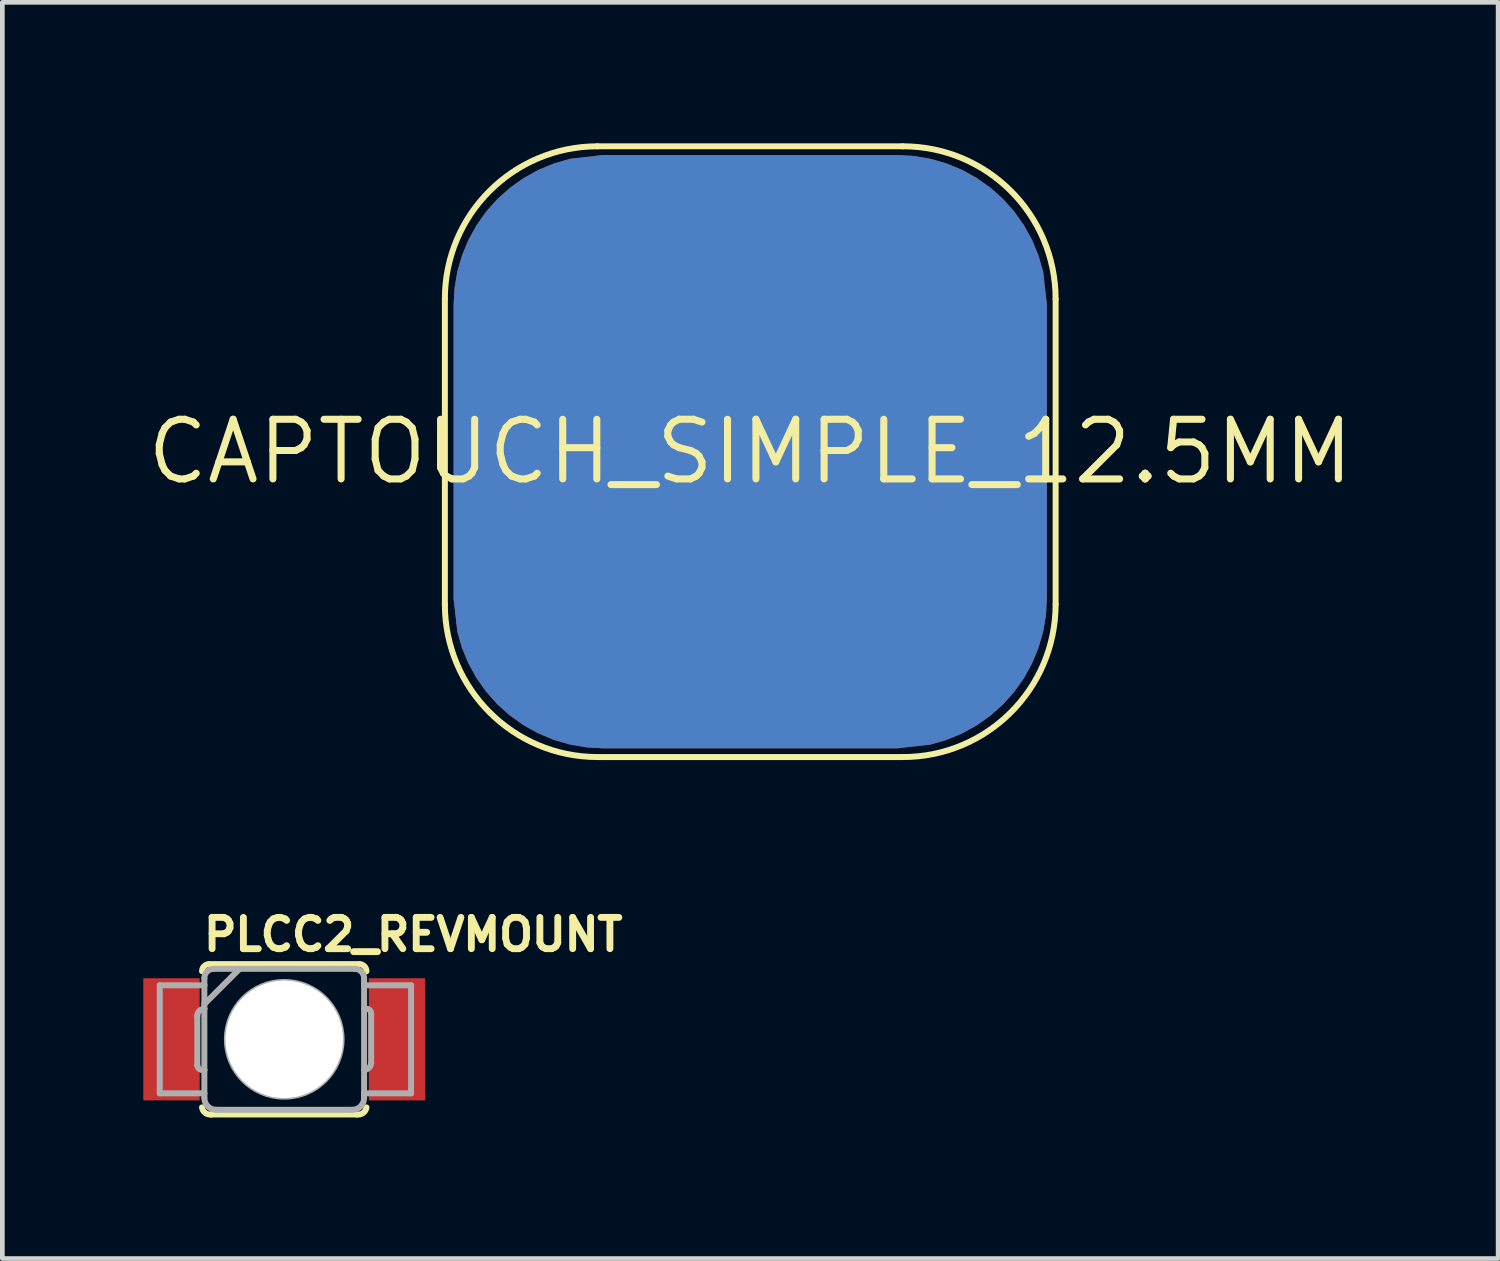
<source format=kicad_pcb>
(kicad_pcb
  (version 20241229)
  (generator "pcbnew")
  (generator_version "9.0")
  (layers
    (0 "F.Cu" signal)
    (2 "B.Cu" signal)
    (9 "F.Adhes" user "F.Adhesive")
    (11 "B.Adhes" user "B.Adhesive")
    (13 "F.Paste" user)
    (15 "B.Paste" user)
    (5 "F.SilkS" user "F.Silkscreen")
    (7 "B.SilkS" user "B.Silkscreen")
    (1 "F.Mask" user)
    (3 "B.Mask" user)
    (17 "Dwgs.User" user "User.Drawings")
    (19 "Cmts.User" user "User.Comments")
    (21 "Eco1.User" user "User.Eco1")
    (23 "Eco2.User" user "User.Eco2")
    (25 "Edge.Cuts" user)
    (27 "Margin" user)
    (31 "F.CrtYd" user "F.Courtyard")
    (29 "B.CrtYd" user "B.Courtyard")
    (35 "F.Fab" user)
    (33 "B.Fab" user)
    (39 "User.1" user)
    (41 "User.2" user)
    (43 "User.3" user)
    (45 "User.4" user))
  (footprint "PLCC2_REVMOUNT"
    (layer "F.Cu")
    (at 3 19.072)
    (property "Reference" "PLCC2_REVMOUNT" (at -1.79 -1.84 0) (layer "F.SilkS") (effects (font (size 0.666 0.666) (thickness 0.146)) (justify left bottom)))
    (fp_line (start -1.6 -1.6) (end 1.6 -1.6) (stroke (width 0.127) (type solid)) (layer "F.SilkS"))
    (fp_line (start -1.55 1.6) (end 1.55 1.6) (stroke (width 0.127) (type solid)) (layer "F.SilkS"))
    (fp_arc (start -1.75 -1.45) (mid -1.706066 -1.556066) (end -1.6 -1.6) (stroke (width 0.127) (type solid)) (layer "F.SilkS"))
    (fp_arc (start -1.55 1.6) (mid -1.681066 1.566421) (end -1.75 1.45) (stroke (width 0.127) (type solid)) (layer "F.SilkS"))
    (fp_arc (start 1.6 -1.6) (mid 1.706066 -1.556066) (end 1.75 -1.45) (stroke (width 0.127) (type solid)) (layer "F.SilkS"))
    (fp_arc (start 1.75 1.45) (mid 1.681066 1.566421) (end 1.55 1.6) (stroke (width 0.127) (type solid)) (layer "F.SilkS"))
    (fp_line (start -2.65 -1.15) (end -1.7 -1.15) (stroke (width 0.127) (type solid)) (layer "F.Fab"))
    (fp_line (start -2.65 1.15) (end -2.65 -1.15) (stroke (width 0.127) (type solid)) (layer "F.Fab"))
    (fp_line (start -1.85 0.55) (end -1.85 -0.5) (stroke (width 0.127) (type solid)) (layer "F.Fab"))
    (fp_line (start -1.7 -1.15) (end -1.7 -1.3) (stroke (width 0.127) (type solid)) (layer "F.Fab"))
    (fp_line (start -1.7 -1.15) (end -1.7 -0.75) (stroke (width 0.127) (type solid)) (layer "F.Fab"))
    (fp_line (start -1.7 -0.75) (end -1.7 -0.65) (stroke (width 0.127) (type solid)) (layer "F.Fab"))
    (fp_line (start -1.7 -0.75) (end -0.95 -1.5) (stroke (width 0.127) (type solid)) (layer "F.Fab"))
    (fp_line (start -1.7 -0.65) (end -1.7 0.65) (stroke (width 0.127) (type solid)) (layer "F.Fab"))
    (fp_line (start -1.7 0.65) (end -1.75 0.65) (stroke (width 0.127) (type solid)) (layer "F.Fab"))
    (fp_line (start -1.7 0.65) (end -1.7 1.15) (stroke (width 0.127) (type solid)) (layer "F.Fab"))
    (fp_line (start -1.7 1.15) (end -2.65 1.15) (stroke (width 0.127) (type solid)) (layer "F.Fab"))
    (fp_line (start -1.7 1.25) (end -1.7 1.15) (stroke (width 0.127) (type solid)) (layer "F.Fab"))
    (fp_line (start -1.5 -1.5) (end -0.95 -1.5) (stroke (width 0.127) (type solid)) (layer "F.Fab"))
    (fp_line (start -0.95 -1.5) (end 1.5 -1.5) (stroke (width 0.127) (type solid)) (layer "F.Fab"))
    (fp_line (start 1.45 1.5) (end -1.45 1.5) (stroke (width 0.127) (type solid)) (layer "F.Fab"))
    (fp_line (start 1.7 -1.3) (end 1.7 -1.2) (stroke (width 0.127) (type solid)) (layer "F.Fab"))
    (fp_line (start 1.7 -1.2) (end 1.7 -1.15) (stroke (width 0.127) (type solid)) (layer "F.Fab"))
    (fp_line (start 1.7 -1.15) (end 2.7 -1.15) (stroke (width 0.127) (type solid)) (layer "F.Fab"))
    (fp_line (start 1.7 -0.65) (end 1.7 -1.2) (stroke (width 0.127) (type solid)) (layer "F.Fab"))
    (fp_line (start 1.7 -0.65) (end 1.75 -0.65) (stroke (width 0.127) (type solid)) (layer "F.Fab"))
    (fp_line (start 1.7 0.65) (end 1.7 -0.65) (stroke (width 0.127) (type solid)) (layer "F.Fab"))
    (fp_line (start 1.7 1.15) (end 1.7 1.2) (stroke (width 0.127) (type solid)) (layer "F.Fab"))
    (fp_line (start 1.7 1.2) (end 1.7 0.65) (stroke (width 0.127) (type solid)) (layer "F.Fab"))
    (fp_line (start 1.7 1.2) (end 1.7 1.25) (stroke (width 0.127) (type solid)) (layer "F.Fab"))
    (fp_line (start 1.85 -0.55) (end 1.85 0.5) (stroke (width 0.127) (type solid)) (layer "F.Fab"))
    (fp_line (start 2.7 -1.15) (end 2.7 1.15) (stroke (width 0.127) (type solid)) (layer "F.Fab"))
    (fp_line (start 2.7 1.15) (end 1.7 1.15) (stroke (width 0.127) (type solid)) (layer "F.Fab"))
    (fp_arc (start -1.85 -0.5) (mid -1.806066 -0.606066) (end -1.7 -0.65) (stroke (width 0.127) (type solid)) (layer "F.Fab"))
    (fp_arc (start -1.75 0.65) (mid -1.820711 0.620711) (end -1.85 0.55) (stroke (width 0.127) (type solid)) (layer "F.Fab"))
    (fp_arc (start -1.7 -1.3) (mid -1.641421 -1.441421) (end -1.5 -1.5) (stroke (width 0.127) (type solid)) (layer "F.Fab"))
    (fp_arc (start -1.45 1.5) (mid -1.626777 1.426777) (end -1.7 1.25) (stroke (width 0.127) (type solid)) (layer "F.Fab"))
    (fp_arc (start -0.8 0) (mid -0.565685 -0.565685) (end 0 -0.8) (stroke (width 0.127) (type solid)) (layer "F.Fab"))
    (fp_arc (start 0 -0.8) (mid 0.565685 -0.565685) (end 0.8 0) (stroke (width 0.127) (type solid)) (layer "F.Fab"))
    (fp_arc (start 0 0.8) (mid -0.565685 0.565685) (end -0.8 0) (stroke (width 0.127) (type solid)) (layer "F.Fab"))
    (fp_arc (start 0.8 0) (mid 0.565685 0.565685) (end 0 0.8) (stroke (width 0.127) (type solid)) (layer "F.Fab"))
    (fp_arc (start 1.5 -1.5) (mid 1.641421 -1.441421) (end 1.7 -1.3) (stroke (width 0.127) (type solid)) (layer "F.Fab"))
    (fp_arc (start 1.7 1.25) (mid 1.626777 1.426777) (end 1.45 1.5) (stroke (width 0.127) (type solid)) (layer "F.Fab"))
    (fp_arc (start 1.75 -0.65) (mid 1.820711 -0.620711) (end 1.85 -0.55) (stroke (width 0.127) (type solid)) (layer "F.Fab"))
    (fp_arc (start 1.85 0.5) (mid 1.806066 0.606066) (end 1.7 0.65) (stroke (width 0.127) (type solid)) (layer "F.Fab"))
    (fp_circle (center 0 0) (end 1.221 0) (stroke (width 0.127) (type solid)) (fill no) (layer "F.Fab"))
    (pad "" np_thru_hole circle (at 0 0) (size 2.5 2.5) (drill 2.5) (layers "*.Cu" "*.Mask"))
    (pad "A" smd rect (at 2.4 0) (size 1.2 2.6) (layers "F.Cu" "F.Mask" "F.Paste"))
    (pad "K" smd rect (at -2.4 0) (size 1.2 2.6) (layers "F.Cu" "F.Mask" "F.Paste")))
  (footprint "CAPTOUCH_SIMPLE_12.5MM"
    (layer "F.Cu")
    (at 12.919 6.564)
    (property "Reference" "CAPTOUCH_SIMPLE_12.5MM" (at 0 0 0) (layer "F.SilkS") (effects (font (size 1.27 1.27) (thickness 0.15))))
    (fp_poly (pts (xy 3.482 -6.294) (xy 3.835 -6.234) (xy 4.178 -6.135) (xy 4.508 -5.998) (xy 4.821 -5.825) (xy 5.113 -5.618) (xy 5.38 -5.38) (xy 5.618 -5.113) (xy 5.825 -4.821) (xy 5.998 -4.508) (xy 6.135 -4.178) (xy 6.234 -3.833) (xy 6.314 -3.129) (xy 6.314 3.127) (xy 6.294 3.482) (xy 6.234 3.835) (xy 6.135 4.178) (xy 5.998 4.508) (xy 5.825 4.821) (xy 5.618 5.113) (xy 5.38 5.38) (xy 5.113 5.618) (xy 4.821 5.825) (xy 4.508 5.998) (xy 4.178 6.135) (xy 3.833 6.234) (xy 3.129 6.314) (xy -3.127 6.314) (xy -3.482 6.294) (xy -3.835 6.234) (xy -4.178 6.135) (xy -4.508 5.998) (xy -4.821 5.825) (xy -5.113 5.618) (xy -5.38 5.38) (xy -5.618 5.113) (xy -5.825 4.821) (xy -5.998 4.508) (xy -6.135 4.178) (xy -6.234 3.833) (xy -6.314 3.129) (xy -6.314 -3.127) (xy -6.294 -3.482) (xy -6.234 -3.835) (xy -6.135 -4.178) (xy -5.998 -4.508) (xy -5.825 -4.821) (xy -5.618 -5.113) (xy -5.38 -5.38) (xy -5.113 -5.618) (xy -4.821 -5.825) (xy -4.508 -5.998) (xy -4.178 -6.135) (xy -3.833 -6.234) (xy -3.129 -6.314) (xy 3.127 -6.314)) (stroke (width 0) (type default)) (fill yes) (layer "F.Cu"))
    (fp_poly (pts (xy 3.482 -6.294) (xy 3.835 -6.234) (xy 4.178 -6.135) (xy 4.508 -5.998) (xy 4.821 -5.825) (xy 5.113 -5.618) (xy 5.38 -5.38) (xy 5.618 -5.113) (xy 5.825 -4.821) (xy 5.998 -4.508) (xy 6.135 -4.178) (xy 6.234 -3.833) (xy 6.314 -3.129) (xy 6.314 3.127) (xy 6.294 3.482) (xy 6.234 3.835) (xy 6.135 4.178) (xy 5.998 4.508) (xy 5.825 4.821) (xy 5.618 5.113) (xy 5.38 5.38) (xy 5.113 5.618) (xy 4.821 5.825) (xy 4.508 5.998) (xy 4.178 6.135) (xy 3.833 6.234) (xy 3.129 6.314) (xy -3.127 6.314) (xy -3.482 6.294) (xy -3.835 6.234) (xy -4.178 6.135) (xy -4.508 5.998) (xy -4.821 5.825) (xy -5.113 5.618) (xy -5.38 5.38) (xy -5.618 5.113) (xy -5.825 4.821) (xy -5.998 4.508) (xy -6.135 4.178) (xy -6.234 3.833) (xy -6.314 3.129) (xy -6.314 -3.127) (xy -6.294 -3.482) (xy -6.234 -3.835) (xy -6.135 -4.178) (xy -5.998 -4.508) (xy -5.825 -4.821) (xy -5.618 -5.113) (xy -5.38 -5.38) (xy -5.113 -5.618) (xy -4.821 -5.825) (xy -4.508 -5.998) (xy -4.178 -6.135) (xy -3.833 -6.234) (xy -3.129 -6.314) (xy 3.127 -6.314)) (stroke (width 0) (type default)) (fill yes) (layer "B.Cu"))
    (fp_line (start -6.5 3.25) (end -6.5 -3.25) (stroke (width 0.127) (type solid)) (layer "F.SilkS"))
    (fp_line (start -3.25 -6.5) (end 3.25 -6.5) (stroke (width 0.127) (type solid)) (layer "F.SilkS"))
    (fp_line (start 3.25 6.5) (end -3.25 6.5) (stroke (width 0.127) (type solid)) (layer "F.SilkS"))
    (fp_line (start 6.5 -3.25) (end 6.5 3.25) (stroke (width 0.127) (type solid)) (layer "F.SilkS"))
    (fp_arc (start -6.5 -3.25) (mid -5.548097 -5.548097) (end -3.25 -6.5) (stroke (width 0.127) (type solid)) (layer "F.SilkS"))
    (fp_arc (start -3.25 6.5) (mid -5.548097 5.548097) (end -6.5 3.25) (stroke (width 0.127) (type solid)) (layer "F.SilkS"))
    (fp_arc (start 3.25 -6.5) (mid 5.548097 -5.548097) (end 6.5 -3.25) (stroke (width 0.127) (type solid)) (layer "F.SilkS"))
    (fp_arc (start 6.5 3.25) (mid 5.548097 5.548097) (end 3.25 6.5) (stroke (width 0.127) (type solid)) (layer "F.SilkS"))
    (pad "E" smd rect (at 0 5.95) (size 1.27 0.635) (layers "F.Cu" "F.Paste"))
    (pad "G" smd rect (at 0 6.2) (size 0.1 0.1) (layers "B.Cu" "B.Paste")))
  (gr_rect
    (start -3 -3)
    (end 28.838 23.738)
    (stroke (width 0.1) (type default))
    (fill no)
    (layer "Edge.Cuts")))
</source>
